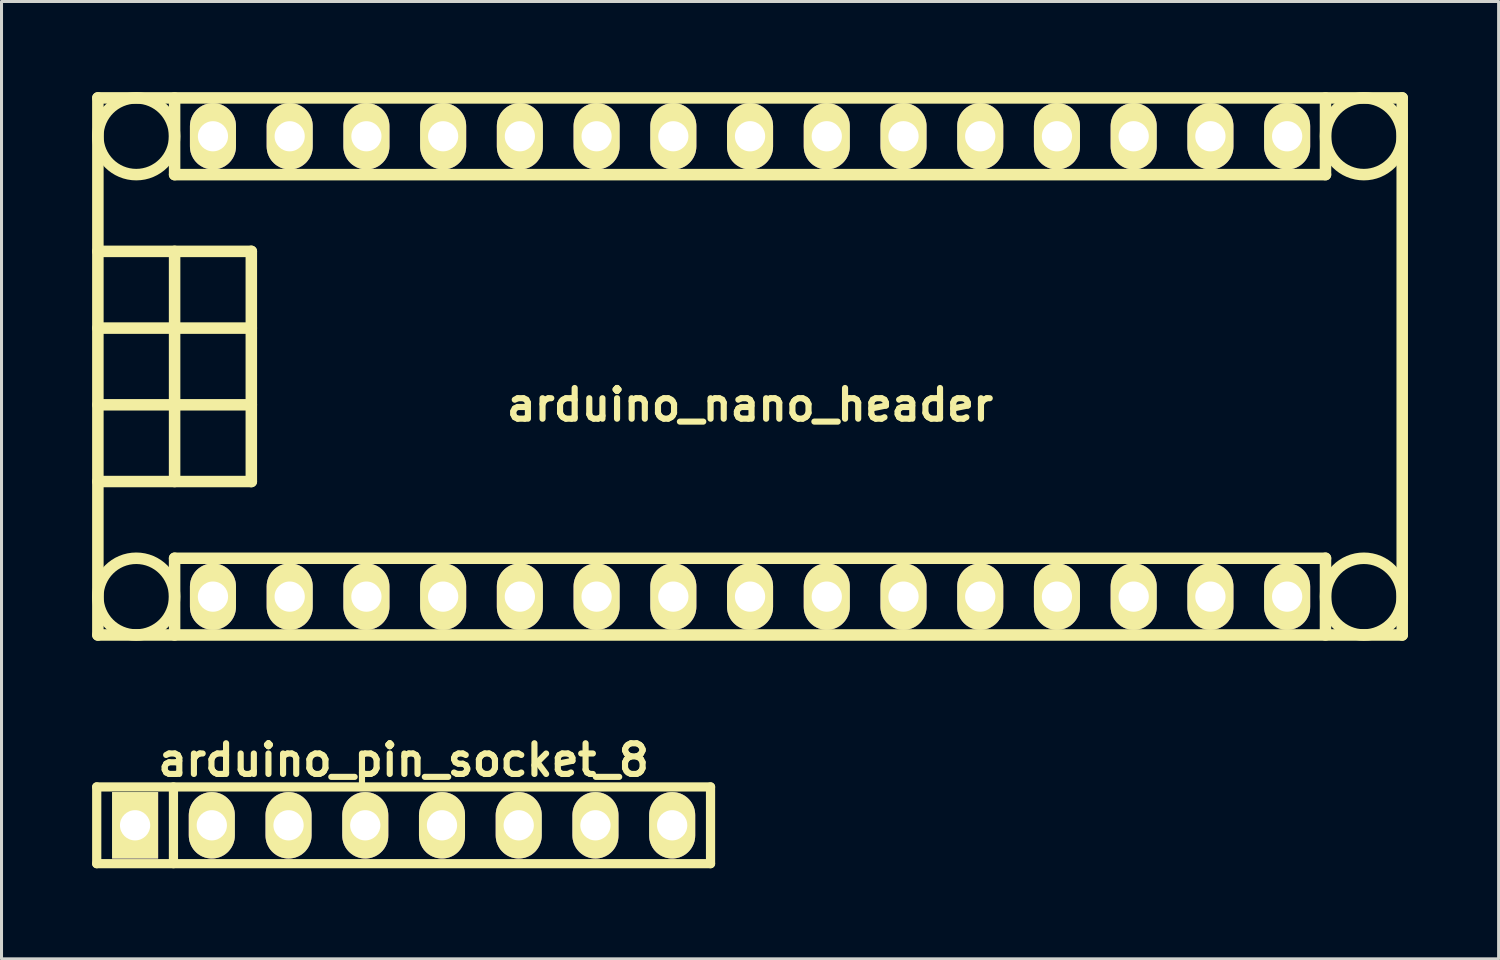
<source format=kicad_pcb>
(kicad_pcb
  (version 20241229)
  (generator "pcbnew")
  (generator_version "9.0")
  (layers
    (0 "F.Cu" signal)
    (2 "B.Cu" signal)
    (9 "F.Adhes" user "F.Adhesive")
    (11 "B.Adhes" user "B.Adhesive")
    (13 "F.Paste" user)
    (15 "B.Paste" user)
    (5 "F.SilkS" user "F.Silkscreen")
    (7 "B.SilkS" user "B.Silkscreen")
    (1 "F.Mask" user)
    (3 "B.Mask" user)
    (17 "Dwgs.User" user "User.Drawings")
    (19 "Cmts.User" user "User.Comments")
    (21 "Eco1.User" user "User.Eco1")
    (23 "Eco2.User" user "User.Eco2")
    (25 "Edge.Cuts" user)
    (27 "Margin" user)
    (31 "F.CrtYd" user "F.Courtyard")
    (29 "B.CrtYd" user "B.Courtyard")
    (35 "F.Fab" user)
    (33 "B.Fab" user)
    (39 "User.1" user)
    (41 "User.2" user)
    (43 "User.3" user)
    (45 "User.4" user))
  (footprint "arduino_nano_header"
    (layer "F.Cu")
    (at 21.78 9.081)
    (property "Reference" "arduino_nano_header" (at 0 1.27 0) (layer "F.SilkS") (effects (font (size 1.016 1.016) (thickness 0.203))))
    (attr through_hole)
    (fp_line (start -21.59 -3.81) (end -16.51 -3.81) (stroke (width 0.381) (type solid)) (layer "F.SilkS"))
    (fp_line (start -21.59 8.89) (end -21.59 -8.89) (stroke (width 0.381) (type solid)) (layer "F.SilkS"))
    (fp_line (start -21.59 8.89) (end 21.59 8.89) (stroke (width 0.381) (type solid)) (layer "F.SilkS"))
    (fp_line (start -19.05 -8.89) (end -19.05 -6.35) (stroke (width 0.381) (type solid)) (layer "F.SilkS"))
    (fp_line (start -19.05 -3.81) (end -19.05 3.81) (stroke (width 0.381) (type solid)) (layer "F.SilkS"))
    (fp_line (start -19.05 6.35) (end 19.05 6.35) (stroke (width 0.381) (type solid)) (layer "F.SilkS"))
    (fp_line (start -19.05 8.89) (end -19.05 6.35) (stroke (width 0.381) (type solid)) (layer "F.SilkS"))
    (fp_line (start -16.51 -3.81) (end -16.51 3.81) (stroke (width 0.381) (type solid)) (layer "F.SilkS"))
    (fp_line (start -16.51 -1.27) (end -21.59 -1.27) (stroke (width 0.381) (type solid)) (layer "F.SilkS"))
    (fp_line (start -16.51 1.27) (end -21.59 1.27) (stroke (width 0.381) (type solid)) (layer "F.SilkS"))
    (fp_line (start -16.51 3.81) (end -21.59 3.81) (stroke (width 0.381) (type solid)) (layer "F.SilkS"))
    (fp_line (start 19.05 -6.35) (end -19.05 -6.35) (stroke (width 0.381) (type solid)) (layer "F.SilkS"))
    (fp_line (start 19.05 -6.35) (end 19.05 -8.89) (stroke (width 0.381) (type solid)) (layer "F.SilkS"))
    (fp_line (start 19.05 8.89) (end 19.05 6.35) (stroke (width 0.381) (type solid)) (layer "F.SilkS"))
    (fp_line (start 21.59 -8.89) (end -21.59 -8.89) (stroke (width 0.381) (type solid)) (layer "F.SilkS"))
    (fp_line (start 21.59 8.89) (end 21.59 -8.89) (stroke (width 0.381) (type solid)) (layer "F.SilkS"))
    (fp_circle (center -20.32 -7.62) (end -21.59 -7.62) (stroke (width 0.381) (type solid)) (fill no) (layer "F.SilkS"))
    (fp_circle (center -20.32 7.62) (end -21.59 7.62) (stroke (width 0.381) (type solid)) (fill no) (layer "F.SilkS"))
    (fp_circle (center 20.32 -7.62) (end 21.59 -7.62) (stroke (width 0.381) (type solid)) (fill no) (layer "F.SilkS"))
    (fp_circle (center 20.32 7.62) (end 21.59 7.62) (stroke (width 0.381) (type solid)) (fill no) (layer "F.SilkS"))
    (pad "1" thru_hole oval (at -17.78 7.62) (size 1.524 2.2) (drill 1.001) (layers "*.Cu" "*.Mask" "F.SilkS"))
    (pad "2" thru_hole oval (at -15.24 7.62) (size 1.524 2.2) (drill 1.001) (layers "*.Cu" "*.Mask" "F.SilkS"))
    (pad "3" thru_hole oval (at -12.7 7.62) (size 1.524 2.2) (drill 1.001) (layers "*.Cu" "*.Mask" "F.SilkS"))
    (pad "4" thru_hole oval (at -10.16 7.62) (size 1.524 2.2) (drill 1.001) (layers "*.Cu" "*.Mask" "F.SilkS"))
    (pad "5" thru_hole oval (at -7.62 7.62) (size 1.524 2.2) (drill 1.001) (layers "*.Cu" "*.Mask" "F.SilkS"))
    (pad "6" thru_hole oval (at -5.08 7.62) (size 1.524 2.2) (drill 1.001) (layers "*.Cu" "*.Mask" "F.SilkS"))
    (pad "7" thru_hole oval (at -2.54 7.62) (size 1.524 2.2) (drill 1.001) (layers "*.Cu" "*.Mask" "F.SilkS"))
    (pad "8" thru_hole oval (at 0 7.62) (size 1.524 2.2) (drill 1.001) (layers "*.Cu" "*.Mask" "F.SilkS"))
    (pad "9" thru_hole oval (at 2.54 7.62) (size 1.524 2.2) (drill 1.001) (layers "*.Cu" "*.Mask" "F.SilkS"))
    (pad "10" thru_hole oval (at 5.08 7.62) (size 1.524 2.2) (drill 1.001) (layers "*.Cu" "*.Mask" "F.SilkS"))
    (pad "11" thru_hole oval (at 7.62 7.62) (size 1.524 2.2) (drill 1.001) (layers "*.Cu" "*.Mask" "F.SilkS"))
    (pad "12" thru_hole oval (at 10.16 7.62) (size 1.524 2.2) (drill 1.001) (layers "*.Cu" "*.Mask" "F.SilkS"))
    (pad "13" thru_hole oval (at 12.7 7.62) (size 1.524 2.2) (drill 1.001) (layers "*.Cu" "*.Mask" "F.SilkS"))
    (pad "14" thru_hole oval (at 15.24 7.62) (size 1.524 2.2) (drill 1.001) (layers "*.Cu" "*.Mask" "F.SilkS"))
    (pad "15" thru_hole oval (at 17.78 7.62) (size 1.524 2.2) (drill 1.001) (layers "*.Cu" "*.Mask" "F.SilkS"))
    (pad "16" thru_hole oval (at 17.78 -7.62) (size 1.524 2.2) (drill 1.001) (layers "*.Cu" "*.Mask" "F.SilkS"))
    (pad "17" thru_hole oval (at 15.24 -7.62) (size 1.524 2.2) (drill 1.001) (layers "*.Cu" "*.Mask" "F.SilkS"))
    (pad "18" thru_hole oval (at 12.7 -7.62) (size 1.524 2.2) (drill 1.001) (layers "*.Cu" "*.Mask" "F.SilkS"))
    (pad "19" thru_hole oval (at 10.16 -7.62) (size 1.524 2.2) (drill 1.001) (layers "*.Cu" "*.Mask" "F.SilkS"))
    (pad "20" thru_hole oval (at 7.62 -7.62) (size 1.524 2.197) (drill 1.001) (layers "*.Cu" "*.Mask" "F.SilkS"))
    (pad "21" thru_hole oval (at 5.08 -7.62) (size 1.524 2.197) (drill 1.001) (layers "*.Cu" "*.Mask" "F.SilkS"))
    (pad "22" thru_hole oval (at 2.54 -7.62) (size 1.524 2.197) (drill 1.001) (layers "*.Cu" "*.Mask" "F.SilkS"))
    (pad "23" thru_hole oval (at 0 -7.62) (size 1.524 2.197) (drill 1.001) (layers "*.Cu" "*.Mask" "F.SilkS"))
    (pad "24" thru_hole oval (at -2.54 -7.62) (size 1.524 2.197) (drill 0.998) (layers "*.Cu" "*.Mask" "F.SilkS"))
    (pad "25" thru_hole oval (at -5.08 -7.62) (size 1.524 2.197) (drill 0.998) (layers "*.Cu" "*.Mask" "F.SilkS"))
    (pad "26" thru_hole oval (at -7.62 -7.62) (size 1.524 2.197) (drill 0.998) (layers "*.Cu" "*.Mask" "F.SilkS"))
    (pad "27" thru_hole oval (at -10.16 -7.62) (size 1.524 2.197) (drill 0.998) (layers "*.Cu" "*.Mask" "F.SilkS"))
    (pad "28" thru_hole oval (at -12.7 -7.62) (size 1.524 2.197) (drill 0.998) (layers "*.Cu" "*.Mask" "F.SilkS"))
    (pad "29" thru_hole oval (at -15.24 -7.62) (size 1.524 2.197) (drill 0.998) (layers "*.Cu" "*.Mask" "F.SilkS"))
    (pad "30" thru_hole oval (at -17.78 -7.62) (size 1.524 2.197) (drill 0.998) (layers "*.Cu" "*.Mask" "F.SilkS")))
  (footprint "arduino_pin_socket_8"
    (layer "F.Cu")
    (at 10.312 24.271)
    (property "Reference" "arduino_pin_socket_8" (at 0 -2.159 0) (layer "F.SilkS") (effects (font (size 1.016 1.016) (thickness 0.203))))
    (attr through_hole)
    (fp_line (start -10.16 -1.27) (end 10.16 -1.27) (stroke (width 0.305) (type solid)) (layer "F.SilkS"))
    (fp_line (start -10.16 1.27) (end -10.16 -1.27) (stroke (width 0.305) (type solid)) (layer "F.SilkS"))
    (fp_line (start -7.62 -1.27) (end -7.62 1.27) (stroke (width 0.305) (type solid)) (layer "F.SilkS"))
    (fp_line (start 10.16 -1.27) (end 10.16 1.27) (stroke (width 0.305) (type solid)) (layer "F.SilkS"))
    (fp_line (start 10.16 1.27) (end -10.16 1.27) (stroke (width 0.305) (type solid)) (layer "F.SilkS"))
    (pad "1" thru_hole rect (at -8.89 0) (size 1.524 2.2) (drill 1.001) (layers "*.Cu" "*.Mask" "F.SilkS"))
    (pad "2" thru_hole oval (at -6.35 0) (size 1.524 2.2) (drill 1.001) (layers "*.Cu" "*.Mask" "F.SilkS"))
    (pad "3" thru_hole oval (at -3.81 0) (size 1.524 2.2) (drill 1.001) (layers "*.Cu" "*.Mask" "F.SilkS"))
    (pad "4" thru_hole oval (at -1.27 0) (size 1.524 2.2) (drill 1.001) (layers "*.Cu" "*.Mask" "F.SilkS"))
    (pad "5" thru_hole oval (at 1.27 0) (size 1.524 2.2) (drill 1.001) (layers "*.Cu" "*.Mask" "F.SilkS"))
    (pad "6" thru_hole oval (at 3.81 0) (size 1.524 2.2) (drill 1.001) (layers "*.Cu" "*.Mask" "F.SilkS"))
    (pad "7" thru_hole oval (at 6.35 0) (size 1.524 2.2) (drill 1.001) (layers "*.Cu" "*.Mask" "F.SilkS"))
    (pad "8" thru_hole oval (at 8.89 0) (size 1.524 2.2) (drill 1.001) (layers "*.Cu" "*.Mask" "F.SilkS")))
  (gr_rect
    (start -3 -3)
    (end 46.561 28.693)
    (stroke (width 0.1) (type default))
    (fill no)
    (layer "Edge.Cuts")))
</source>
